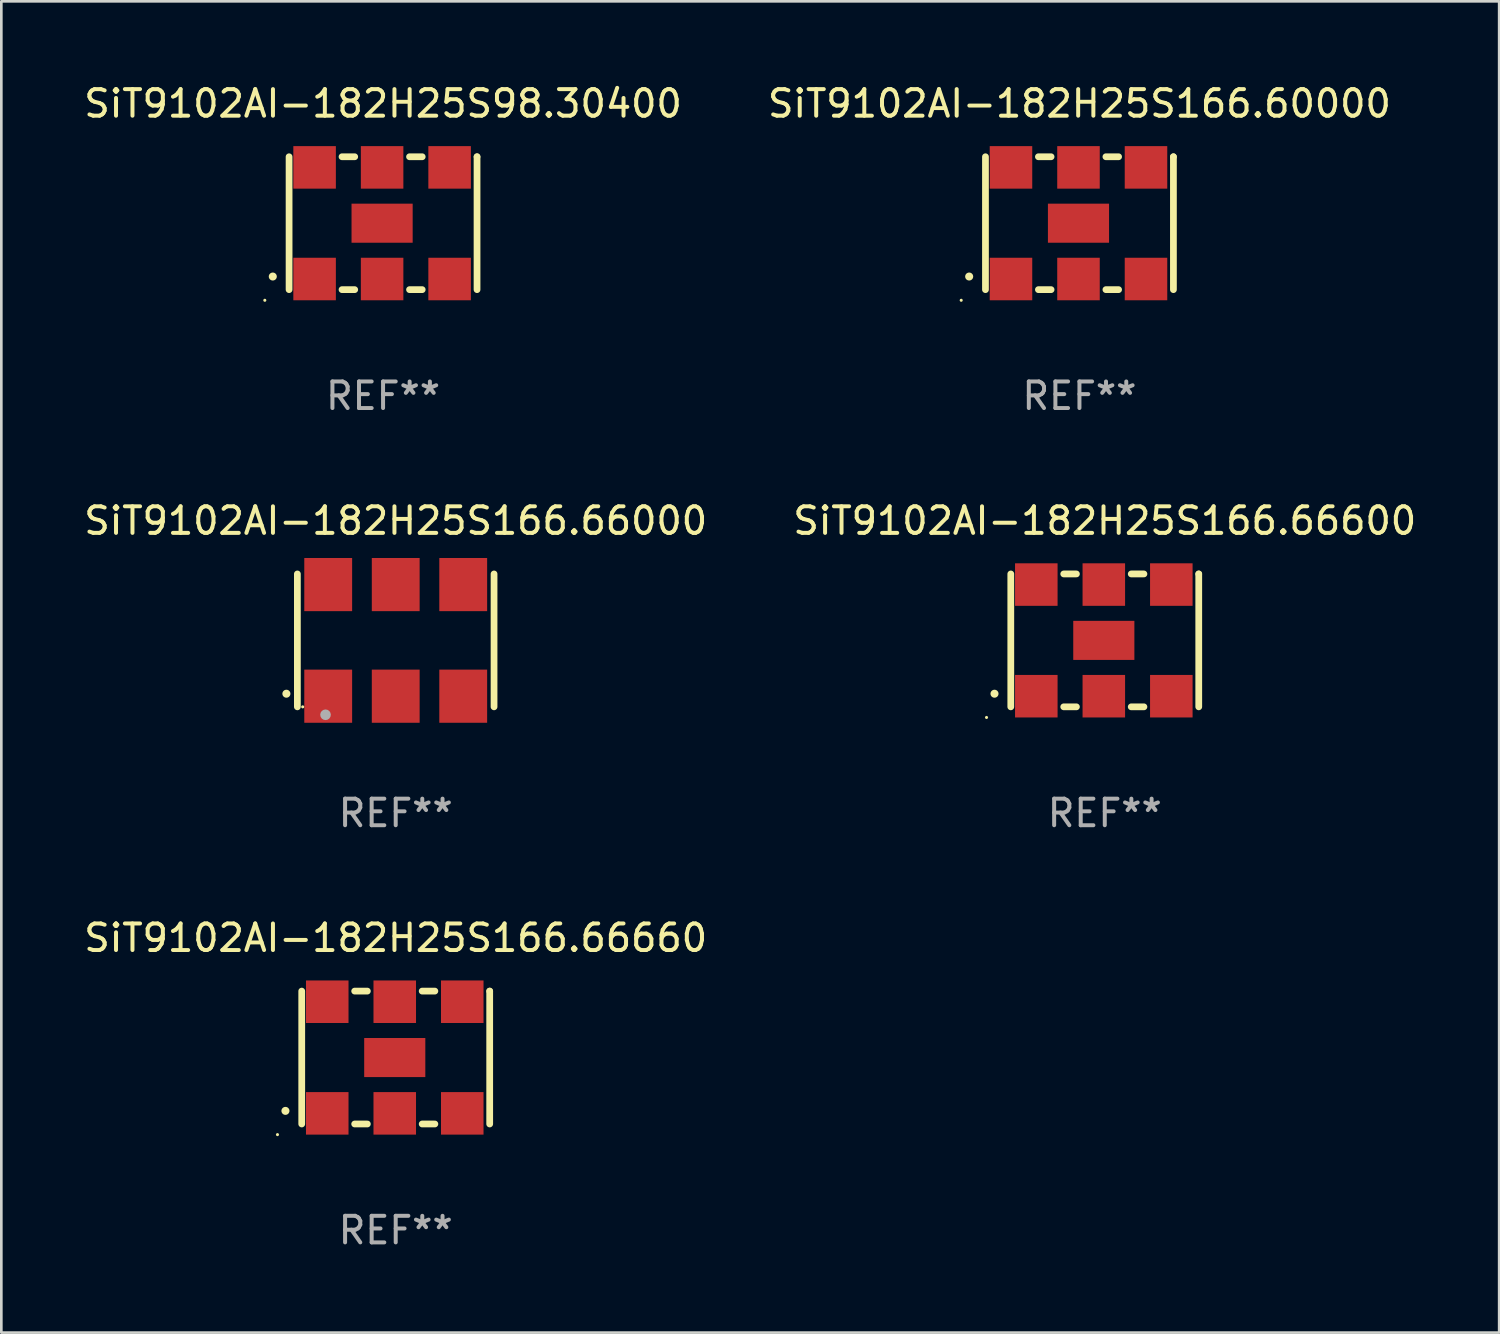
<source format=kicad_pcb>
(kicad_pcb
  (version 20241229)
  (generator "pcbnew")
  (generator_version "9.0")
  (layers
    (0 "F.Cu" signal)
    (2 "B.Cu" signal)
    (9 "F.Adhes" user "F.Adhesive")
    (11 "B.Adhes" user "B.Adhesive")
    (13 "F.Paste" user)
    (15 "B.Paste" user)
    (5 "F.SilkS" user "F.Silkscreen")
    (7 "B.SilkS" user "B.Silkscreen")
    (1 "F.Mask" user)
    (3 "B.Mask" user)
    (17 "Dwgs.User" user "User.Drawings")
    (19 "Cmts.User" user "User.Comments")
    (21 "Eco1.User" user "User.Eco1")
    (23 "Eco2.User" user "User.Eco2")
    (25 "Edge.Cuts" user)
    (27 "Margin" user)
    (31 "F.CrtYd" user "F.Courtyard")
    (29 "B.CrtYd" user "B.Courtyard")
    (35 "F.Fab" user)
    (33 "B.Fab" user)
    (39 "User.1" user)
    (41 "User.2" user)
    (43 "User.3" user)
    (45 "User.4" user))
  (footprint "SiT9102AI-182H25S98.30400"
    (layer "F.Cu")
    (at 11.363 5.348)
    (property "Reference" "SiT9102AI-182H25S98.30400" (at 0 -4.5 0) (layer "F.SilkS") (effects (font (size 1 1) (thickness 0.15))))
    (attr through_hole)
    (fp_line (start -3.536 -2.5) (end -3.536 2.5) (stroke (width 0.254) (type solid)) (layer "F.SilkS"))
    (fp_line (start -1.544 2.5) (end -1.067 2.5) (stroke (width 0.254) (type solid)) (layer "F.SilkS"))
    (fp_line (start -1.067 -2.5) (end -1.544 -2.5) (stroke (width 0.254) (type solid)) (layer "F.SilkS"))
    (fp_line (start 0.996 2.5) (end 1.473 2.5) (stroke (width 0.254) (type solid)) (layer "F.SilkS"))
    (fp_line (start 1.473 -2.5) (end 0.996 -2.5) (stroke (width 0.254) (type solid)) (layer "F.SilkS"))
    (fp_line (start 3.536 -2.5) (end 3.536 -2.5) (stroke (width 0.254) (type solid)) (layer "F.SilkS"))
    (fp_line (start 3.536 2.5) (end 3.536 -2.5) (stroke (width 0.254) (type solid)) (layer "F.SilkS"))
    (fp_arc (start -4.150432 2.006604) (mid -4.149162 2.006599) (end -4.147892 2.006604) (stroke (width 0.3) (type solid)) (layer "F.SilkS"))
    (fp_circle (center -4.449 2.9) (end -4.419 2.9) (stroke (width 0.06) (type solid)) (fill no) (layer "F.SilkS"))
    (fp_text user "REF**" (at 0 6.5 0) (layer "F.Fab") (effects (font (size 1 1) (thickness 0.15))))
    (pad "1" smd rect (at -2.576 2.1) (size 1.6 1.6) (layers "F.Cu" "F.Mask" "F.Paste"))
    (pad "2" smd rect (at -0.036 2.1) (size 1.6 1.6) (layers "F.Cu" "F.Mask" "F.Paste"))
    (pad "3" smd rect (at 2.504 2.1) (size 1.6 1.6) (layers "F.Cu" "F.Mask" "F.Paste"))
    (pad "4" smd rect (at 2.504 -2.1) (size 1.6 1.6) (layers "F.Cu" "F.Mask" "F.Paste"))
    (pad "5" smd rect (at -0.036 -2.1) (size 1.6 1.6) (layers "F.Cu" "F.Mask" "F.Paste"))
    (pad "6" smd rect (at -2.576 -2.1) (size 1.6 1.6) (layers "F.Cu" "F.Mask" "F.Paste"))
    (pad "7" smd rect (at -0.036 0) (size 2.3 1.47) (layers "F.Cu" "F.Mask" "F.Paste")))
  (footprint "SiT9102AI-182H25S166.66660"
    (layer "F.Cu")
    (at 11.839 36.741)
    (property "Reference" "SiT9102AI-182H25S166.66660" (at 0 -4.5 0) (layer "F.SilkS") (effects (font (size 1 1) (thickness 0.15))))
    (attr through_hole)
    (fp_line (start -3.536 -2.5) (end -3.536 2.5) (stroke (width 0.254) (type solid)) (layer "F.SilkS"))
    (fp_line (start -1.544 2.5) (end -1.067 2.5) (stroke (width 0.254) (type solid)) (layer "F.SilkS"))
    (fp_line (start -1.067 -2.5) (end -1.544 -2.5) (stroke (width 0.254) (type solid)) (layer "F.SilkS"))
    (fp_line (start 0.996 2.5) (end 1.473 2.5) (stroke (width 0.254) (type solid)) (layer "F.SilkS"))
    (fp_line (start 1.473 -2.5) (end 0.996 -2.5) (stroke (width 0.254) (type solid)) (layer "F.SilkS"))
    (fp_line (start 3.536 -2.5) (end 3.536 -2.5) (stroke (width 0.254) (type solid)) (layer "F.SilkS"))
    (fp_line (start 3.536 2.5) (end 3.536 -2.5) (stroke (width 0.254) (type solid)) (layer "F.SilkS"))
    (fp_arc (start -4.150432 2.006604) (mid -4.149162 2.006599) (end -4.147892 2.006604) (stroke (width 0.3) (type solid)) (layer "F.SilkS"))
    (fp_circle (center -4.449 2.9) (end -4.419 2.9) (stroke (width 0.06) (type solid)) (fill no) (layer "F.SilkS"))
    (fp_text user "REF**" (at 0 6.5 0) (layer "F.Fab") (effects (font (size 1 1) (thickness 0.15))))
    (pad "1" smd rect (at -2.576 2.1) (size 1.6 1.6) (layers "F.Cu" "F.Mask" "F.Paste"))
    (pad "2" smd rect (at -0.036 2.1) (size 1.6 1.6) (layers "F.Cu" "F.Mask" "F.Paste"))
    (pad "3" smd rect (at 2.504 2.1) (size 1.6 1.6) (layers "F.Cu" "F.Mask" "F.Paste"))
    (pad "4" smd rect (at 2.504 -2.1) (size 1.6 1.6) (layers "F.Cu" "F.Mask" "F.Paste"))
    (pad "5" smd rect (at -0.036 -2.1) (size 1.6 1.6) (layers "F.Cu" "F.Mask" "F.Paste"))
    (pad "6" smd rect (at -2.576 -2.1) (size 1.6 1.6) (layers "F.Cu" "F.Mask" "F.Paste"))
    (pad "7" smd rect (at -0.036 0) (size 2.3 1.47) (layers "F.Cu" "F.Mask" "F.Paste")))
  (footprint "SiT9102AI-182H25S166.66600"
    (layer "F.Cu")
    (at 38.518 21.045)
    (property "Reference" "SiT9102AI-182H25S166.66600" (at 0 -4.5 0) (layer "F.SilkS") (effects (font (size 1 1) (thickness 0.15))))
    (attr through_hole)
    (fp_line (start -3.536 -2.5) (end -3.536 2.5) (stroke (width 0.254) (type solid)) (layer "F.SilkS"))
    (fp_line (start -1.544 2.5) (end -1.067 2.5) (stroke (width 0.254) (type solid)) (layer "F.SilkS"))
    (fp_line (start -1.067 -2.5) (end -1.544 -2.5) (stroke (width 0.254) (type solid)) (layer "F.SilkS"))
    (fp_line (start 0.996 2.5) (end 1.473 2.5) (stroke (width 0.254) (type solid)) (layer "F.SilkS"))
    (fp_line (start 1.473 -2.5) (end 0.996 -2.5) (stroke (width 0.254) (type solid)) (layer "F.SilkS"))
    (fp_line (start 3.536 -2.5) (end 3.536 -2.5) (stroke (width 0.254) (type solid)) (layer "F.SilkS"))
    (fp_line (start 3.536 2.5) (end 3.536 -2.5) (stroke (width 0.254) (type solid)) (layer "F.SilkS"))
    (fp_arc (start -4.150432 2.006604) (mid -4.149162 2.006599) (end -4.147892 2.006604) (stroke (width 0.3) (type solid)) (layer "F.SilkS"))
    (fp_circle (center -4.449 2.9) (end -4.419 2.9) (stroke (width 0.06) (type solid)) (fill no) (layer "F.SilkS"))
    (fp_text user "REF**" (at 0 6.5 0) (layer "F.Fab") (effects (font (size 1 1) (thickness 0.15))))
    (pad "1" smd rect (at -2.576 2.1) (size 1.6 1.6) (layers "F.Cu" "F.Mask" "F.Paste"))
    (pad "2" smd rect (at -0.036 2.1) (size 1.6 1.6) (layers "F.Cu" "F.Mask" "F.Paste"))
    (pad "3" smd rect (at 2.504 2.1) (size 1.6 1.6) (layers "F.Cu" "F.Mask" "F.Paste"))
    (pad "4" smd rect (at 2.504 -2.1) (size 1.6 1.6) (layers "F.Cu" "F.Mask" "F.Paste"))
    (pad "5" smd rect (at -0.036 -2.1) (size 1.6 1.6) (layers "F.Cu" "F.Mask" "F.Paste"))
    (pad "6" smd rect (at -2.576 -2.1) (size 1.6 1.6) (layers "F.Cu" "F.Mask" "F.Paste"))
    (pad "7" smd rect (at -0.036 0) (size 2.3 1.47) (layers "F.Cu" "F.Mask" "F.Paste")))
  (footprint "SiT9102AI-182H25S166.66000"
    (layer "F.Cu")
    (at 11.839 21.045)
    (property "Reference" "SiT9102AI-182H25S166.66000" (at 0 -4.5 0) (layer "F.SilkS") (effects (font (size 1 1) (thickness 0.15))))
    (attr through_hole)
    (fp_line (start -3.7 -2.5) (end -3.7 2.5) (stroke (width 0.254) (type solid)) (layer "F.SilkS"))
    (fp_line (start 3.7 -2.5) (end 3.7 2.5) (stroke (width 0.254) (type solid)) (layer "F.SilkS"))
    (fp_arc (start -4.114415 2.006604) (mid -4.113145 2.006599) (end -4.111875 2.006604) (stroke (width 0.3) (type solid)) (layer "F.SilkS"))
    (fp_circle (center -3.5 2.501) (end -3.47 2.501) (stroke (width 0.06) (type solid)) (fill no) (layer "F.SilkS"))
    (fp_circle (center -2.641 2.799) (end -2.541 2.799) (stroke (width 0.2) (type solid)) (fill no) (layer "F.Fab"))
    (fp_text user "REF**" (at 0 6.5 0) (layer "F.Fab") (effects (font (size 1 1) (thickness 0.15))))
    (pad "1" smd rect (at -2.54 2.1) (size 1.8 2) (layers "F.Cu" "F.Mask" "F.Paste"))
    (pad "2" smd rect (at 0.000394 2.1) (size 1.8 2) (layers "F.Cu" "F.Mask" "F.Paste"))
    (pad "3" smd rect (at 2.54 2.1) (size 1.8 2) (layers "F.Cu" "F.Mask" "F.Paste"))
    (pad "4" smd rect (at 2.54 -2.1) (size 1.8 2) (layers "F.Cu" "F.Mask" "F.Paste"))
    (pad "5" smd rect (at 0.000394 -2.1) (size 1.8 2) (layers "F.Cu" "F.Mask" "F.Paste"))
    (pad "6" smd rect (at -2.54 -2.1) (size 1.8 2) (layers "F.Cu" "F.Mask" "F.Paste")))
  (footprint "SiT9102AI-182H25S166.60000"
    (layer "F.Cu")
    (at 37.565 5.348)
    (property "Reference" "SiT9102AI-182H25S166.60000" (at 0 -4.5 0) (layer "F.SilkS") (effects (font (size 1 1) (thickness 0.15))))
    (attr through_hole)
    (fp_line (start -3.536 -2.5) (end -3.536 2.5) (stroke (width 0.254) (type solid)) (layer "F.SilkS"))
    (fp_line (start -1.544 2.5) (end -1.067 2.5) (stroke (width 0.254) (type solid)) (layer "F.SilkS"))
    (fp_line (start -1.067 -2.5) (end -1.544 -2.5) (stroke (width 0.254) (type solid)) (layer "F.SilkS"))
    (fp_line (start 0.996 2.5) (end 1.473 2.5) (stroke (width 0.254) (type solid)) (layer "F.SilkS"))
    (fp_line (start 1.473 -2.5) (end 0.996 -2.5) (stroke (width 0.254) (type solid)) (layer "F.SilkS"))
    (fp_line (start 3.536 -2.5) (end 3.536 -2.5) (stroke (width 0.254) (type solid)) (layer "F.SilkS"))
    (fp_line (start 3.536 2.5) (end 3.536 -2.5) (stroke (width 0.254) (type solid)) (layer "F.SilkS"))
    (fp_arc (start -4.150432 2.006604) (mid -4.149162 2.006599) (end -4.147892 2.006604) (stroke (width 0.3) (type solid)) (layer "F.SilkS"))
    (fp_circle (center -4.449 2.9) (end -4.419 2.9) (stroke (width 0.06) (type solid)) (fill no) (layer "F.SilkS"))
    (fp_text user "REF**" (at 0 6.5 0) (layer "F.Fab") (effects (font (size 1 1) (thickness 0.15))))
    (pad "1" smd rect (at -2.576 2.1) (size 1.6 1.6) (layers "F.Cu" "F.Mask" "F.Paste"))
    (pad "2" smd rect (at -0.036 2.1) (size 1.6 1.6) (layers "F.Cu" "F.Mask" "F.Paste"))
    (pad "3" smd rect (at 2.504 2.1) (size 1.6 1.6) (layers "F.Cu" "F.Mask" "F.Paste"))
    (pad "4" smd rect (at 2.504 -2.1) (size 1.6 1.6) (layers "F.Cu" "F.Mask" "F.Paste"))
    (pad "5" smd rect (at -0.036 -2.1) (size 1.6 1.6) (layers "F.Cu" "F.Mask" "F.Paste"))
    (pad "6" smd rect (at -2.576 -2.1) (size 1.6 1.6) (layers "F.Cu" "F.Mask" "F.Paste"))
    (pad "7" smd rect (at -0.036 0) (size 2.3 1.47) (layers "F.Cu" "F.Mask" "F.Paste")))
  (gr_rect
    (start -3 -3)
    (end 53.357 47.09)
    (stroke (width 0.1) (type default))
    (fill no)
    (layer "Edge.Cuts")))
</source>
